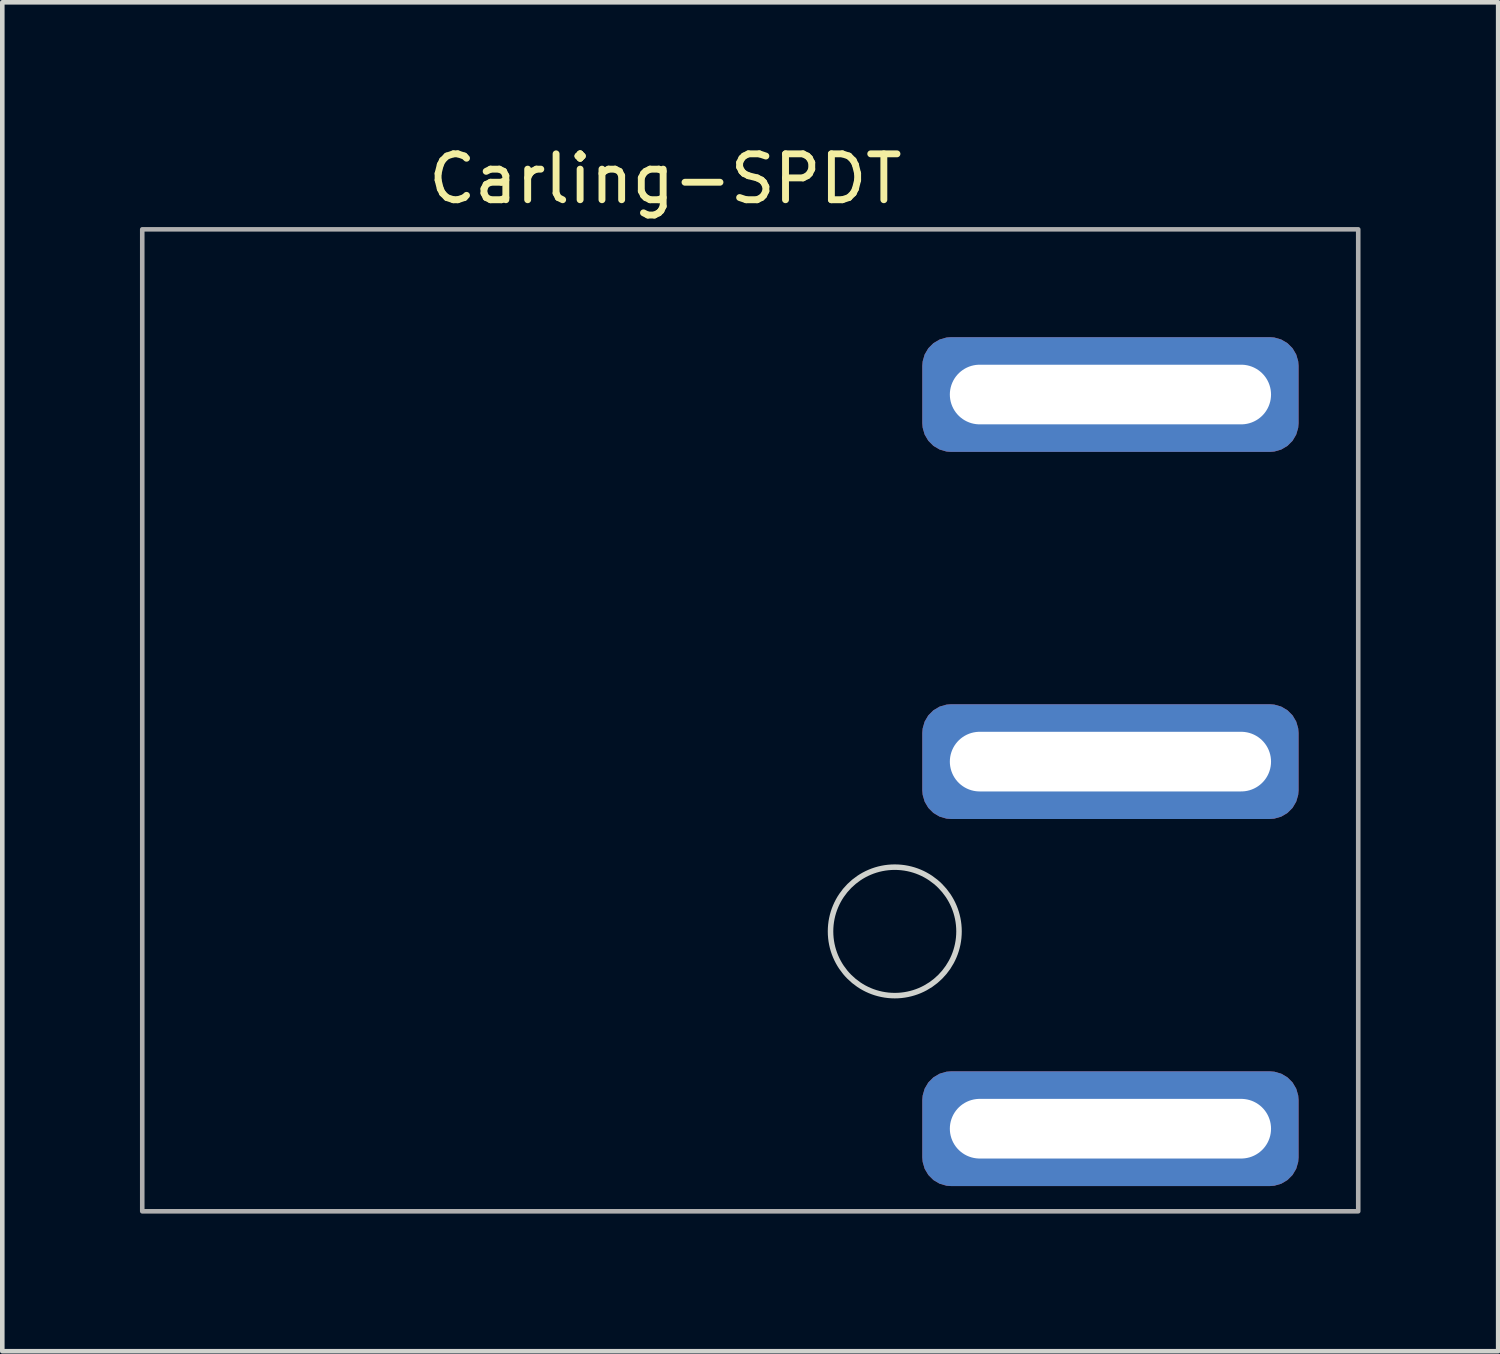
<source format=kicad_pcb>
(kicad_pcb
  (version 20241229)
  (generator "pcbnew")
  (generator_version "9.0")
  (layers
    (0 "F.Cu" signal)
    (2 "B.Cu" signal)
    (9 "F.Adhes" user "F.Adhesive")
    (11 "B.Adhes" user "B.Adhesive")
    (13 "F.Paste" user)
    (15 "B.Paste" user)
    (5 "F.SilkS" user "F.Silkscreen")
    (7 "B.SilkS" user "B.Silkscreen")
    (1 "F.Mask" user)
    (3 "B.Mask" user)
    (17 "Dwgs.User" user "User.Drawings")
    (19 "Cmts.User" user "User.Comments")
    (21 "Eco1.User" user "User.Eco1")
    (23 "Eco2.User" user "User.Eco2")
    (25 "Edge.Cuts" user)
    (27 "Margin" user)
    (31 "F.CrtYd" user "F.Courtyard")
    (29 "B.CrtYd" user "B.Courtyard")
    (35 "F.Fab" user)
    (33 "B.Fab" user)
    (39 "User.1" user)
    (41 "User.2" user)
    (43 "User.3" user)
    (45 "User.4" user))
  (footprint "Carling-SPDT"
    (layer "F.Cu")
    (at 11.85 13.548)
    (property "Reference" "Carling-SPDT" (at -0.4 -12.7 0) (unlocked yes) (layer "F.SilkS") (effects (font (size 1 1) (thickness 0.15))))
    (attr through_hole)
    (fp_circle (center 4.6 3.7) (end 6 3.7) (stroke (width 0.12) (type solid)) (fill no) (layer "Edge.Cuts"))
    (fp_rect (start 14.7 -11.6) (end -11.8 9.8) (stroke (width 0.1) (type solid)) (fill no) (layer "F.Fab"))
    (pad "1" thru_hole roundrect (at 9.3 -8) (size 8.2 2.5) (drill oval 7 1.3) (layers "*.Cu" "*.Mask") (roundrect_rratio 0.25))
    (pad "2" thru_hole roundrect (at 9.3 0) (size 8.2 2.5) (drill oval 7 1.3) (layers "*.Cu" "*.Mask") (roundrect_rratio 0.25))
    (pad "3" thru_hole roundrect (at 9.3 8) (size 8.2 2.5) (drill oval 7 1.3) (layers "*.Cu" "*.Mask") (roundrect_rratio 0.25)))
  (gr_rect
    (start -3 -3)
    (end 29.6 26.398)
    (stroke (width 0.1) (type default))
    (fill no)
    (layer "Edge.Cuts")))
</source>
